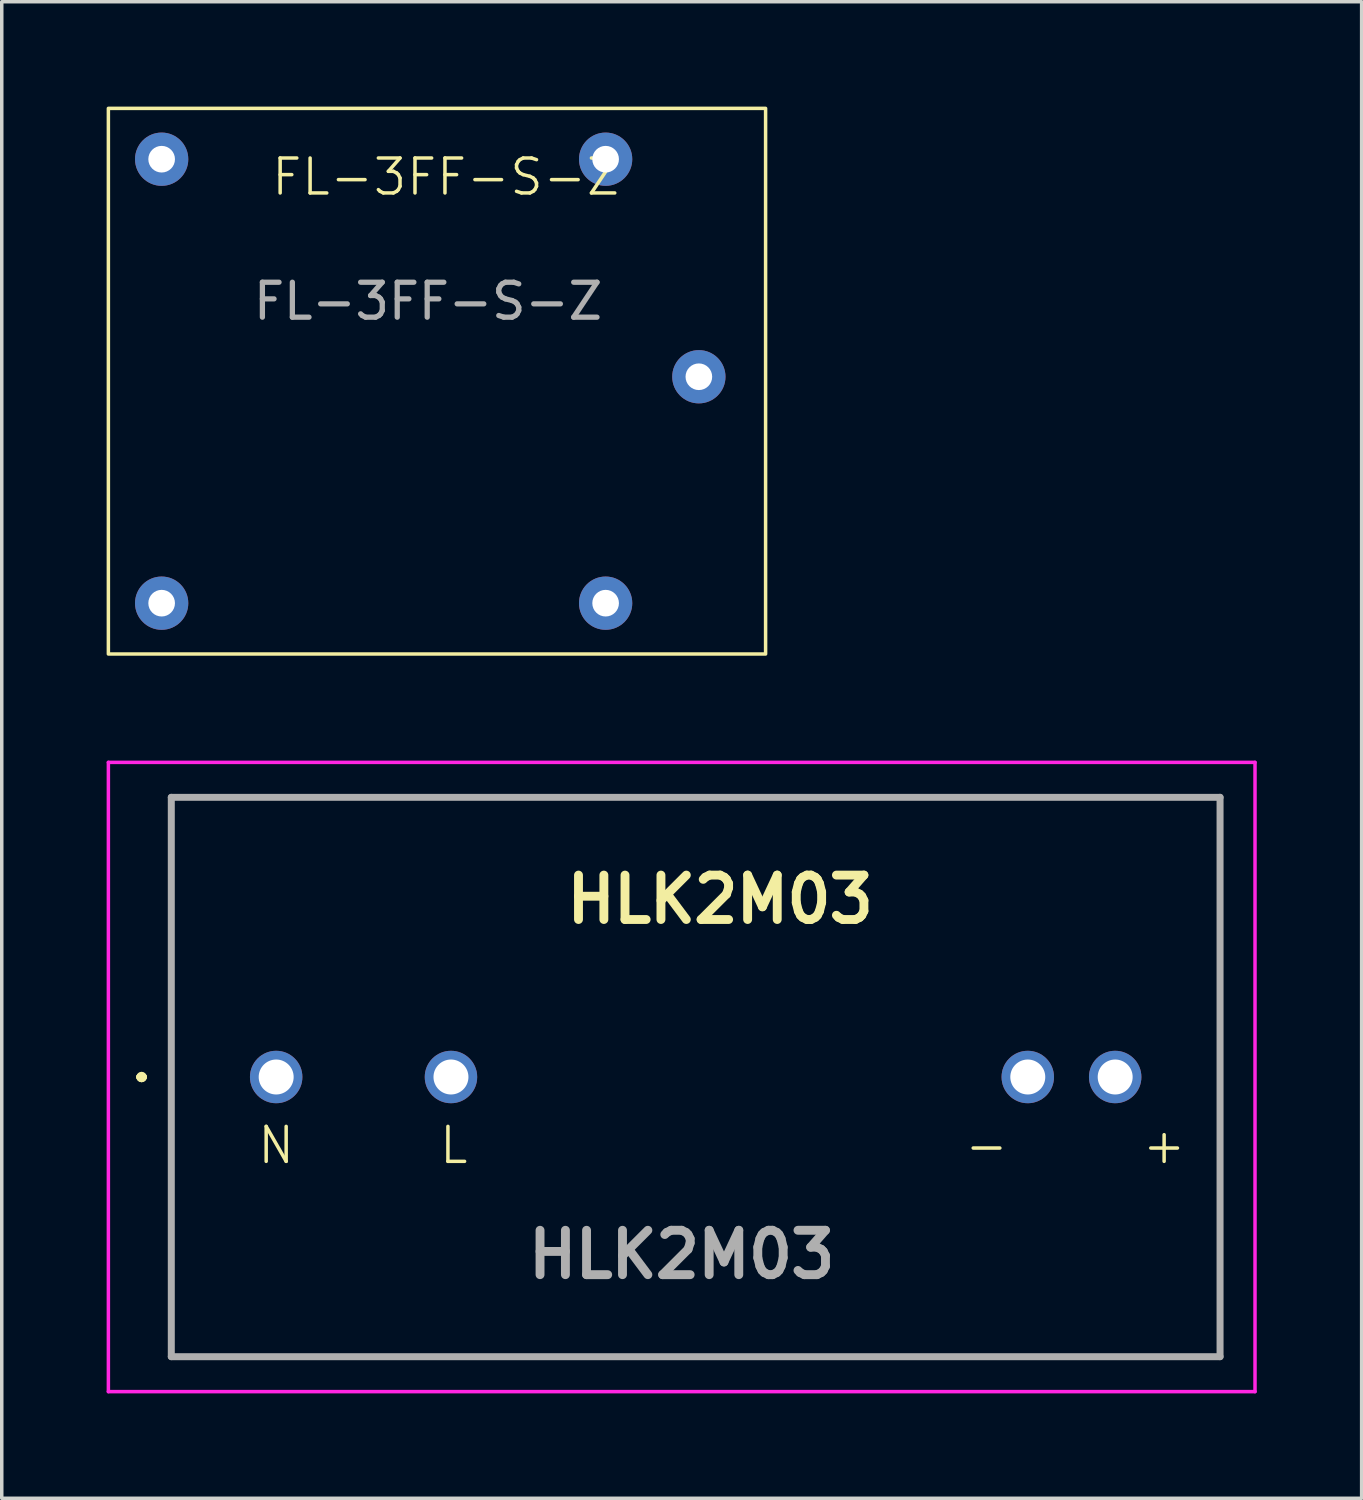
<source format=kicad_pcb>
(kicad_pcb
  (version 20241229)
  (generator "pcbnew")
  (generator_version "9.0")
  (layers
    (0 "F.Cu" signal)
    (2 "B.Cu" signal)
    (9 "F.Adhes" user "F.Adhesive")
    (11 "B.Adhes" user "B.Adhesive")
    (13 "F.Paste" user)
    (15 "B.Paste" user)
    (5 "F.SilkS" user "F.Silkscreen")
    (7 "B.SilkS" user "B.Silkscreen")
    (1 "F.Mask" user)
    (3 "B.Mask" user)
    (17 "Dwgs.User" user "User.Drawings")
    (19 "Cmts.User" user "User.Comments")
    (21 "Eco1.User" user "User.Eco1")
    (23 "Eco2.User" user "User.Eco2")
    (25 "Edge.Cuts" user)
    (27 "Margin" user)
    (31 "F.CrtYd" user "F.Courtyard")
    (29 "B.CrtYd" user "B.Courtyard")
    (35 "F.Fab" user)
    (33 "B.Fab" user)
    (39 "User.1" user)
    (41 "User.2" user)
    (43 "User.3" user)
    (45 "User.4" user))
  (footprint "HLK2M03"
    (layer "F.Cu")
    (at 4.85 27.758)
    (property "Reference" "HLK2M03" (at 12.7 -5.08 0) (layer "F.SilkS") (effects (font (size 1.27 1.27) (thickness 0.254))))
    (attr through_hole)
    (fp_line (start -3.9 0) (end -3.9 0) (stroke (width 0.2) (type solid)) (layer "F.SilkS"))
    (fp_line (start -3.9 0) (end -3.9 0) (stroke (width 0.2) (type solid)) (layer "F.SilkS"))
    (fp_line (start -3.8 0) (end -3.8 0) (stroke (width 0.2) (type solid)) (layer "F.SilkS"))
    (fp_line (start -3 -8) (end 27 -8) (stroke (width 0.1) (type solid)) (layer "F.SilkS"))
    (fp_line (start -3 8) (end -3 -8) (stroke (width 0.1) (type solid)) (layer "F.SilkS"))
    (fp_line (start 27 -8) (end 27 8) (stroke (width 0.1) (type solid)) (layer "F.SilkS"))
    (fp_line (start 27 8) (end -3 8) (stroke (width 0.1) (type solid)) (layer "F.SilkS"))
    (fp_arc (start -3.9 0) (mid -3.85 -0.05) (end -3.8 0) (stroke (width 0.2) (type solid)) (layer "F.SilkS"))
    (fp_arc (start -3.8 0) (mid -3.85 0.05) (end -3.9 0) (stroke (width 0.2) (type solid)) (layer "F.SilkS"))
    (fp_arc (start -3.8 0) (mid -3.85 0.05) (end -3.9 0) (stroke (width 0.2) (type solid)) (layer "F.SilkS"))
    (fp_line (start -4.8 -9) (end 28 -9) (stroke (width 0.1) (type solid)) (layer "F.CrtYd"))
    (fp_line (start -4.8 9) (end -4.8 -9) (stroke (width 0.1) (type solid)) (layer "F.CrtYd"))
    (fp_line (start 28 -9) (end 28 9) (stroke (width 0.1) (type solid)) (layer "F.CrtYd"))
    (fp_line (start 28 9) (end -4.8 9) (stroke (width 0.1) (type solid)) (layer "F.CrtYd"))
    (fp_line (start -3 -8) (end 27 -8) (stroke (width 0.2) (type solid)) (layer "F.Fab"))
    (fp_line (start -3 8) (end -3 -8) (stroke (width 0.2) (type solid)) (layer "F.Fab"))
    (fp_line (start 27 -8) (end 27 8) (stroke (width 0.2) (type solid)) (layer "F.Fab"))
    (fp_line (start 27 8) (end -3 8) (stroke (width 0.2) (type solid)) (layer "F.Fab"))
    (fp_text user "+" (at 25.4 2.54 0) (unlocked yes) (layer "F.SilkS") (effects (font (size 1 1) (thickness 0.1)) (justify bottom)))
    (fp_text user "L" (at 5.08 2.54 0) (unlocked yes) (layer "F.SilkS") (effects (font (size 1 1) (thickness 0.1)) (justify bottom)))
    (fp_text user "-" (at 20.32 2.54 0) (unlocked yes) (layer "F.SilkS") (effects (font (size 1 1) (thickness 0.1)) (justify bottom)))
    (fp_text user "N" (at 0 2.54 0) (unlocked yes) (layer "F.SilkS") (effects (font (size 1 1) (thickness 0.1)) (justify bottom)))
    (fp_text user "${REFERENCE}" (at 11.6 5.08 0) (layer "F.Fab") (effects (font (size 1.27 1.27) (thickness 0.254))))
    (pad "1" thru_hole circle (at 0 0) (size 1.5 1.5) (drill 1) (layers "*.Cu" "*.Mask"))
    (pad "2" thru_hole circle (at 5 0) (size 1.5 1.5) (drill 1) (layers "*.Cu" "*.Mask"))
    (pad "3" thru_hole circle (at 21.5 0) (size 1.5 1.5) (drill 1) (layers "*.Cu" "*.Mask"))
    (pad "4" thru_hole circle (at 24 0) (size 1.5 1.5) (drill 1) (layers "*.Cu" "*.Mask")))
  (footprint "FL-3FF-S-Z"
    (layer "F.Cu")
    (at 9.702 8.362)
    (property "Reference" "FL-3FF-S-Z" (at 0 -6.35 0) (unlocked yes) (layer "F.SilkS") (effects (font (size 1 1) (thickness 0.1))))
    (fp_rect (start -9.652 -8.312) (end 9.148 7.296) (stroke (width 0.1) (type default)) (fill no) (layer "F.SilkS"))
    (fp_text user "${REFERENCE}" (at -0.508 -2.794 0) (unlocked yes) (layer "F.Fab") (effects (font (size 1 1) (thickness 0.15))))
    (pad "1" thru_hole circle (at 4.572 -6.858) (size 1.524 1.524) (drill 0.762) (layers "*.Cu" "*.Mask"))
    (pad "2" thru_hole circle (at 7.239 -0.635) (size 1.524 1.524) (drill 0.762) (layers "*.Cu" "*.Mask"))
    (pad "3" thru_hole circle (at 4.572 5.842) (size 1.524 1.524) (drill 0.762) (layers "*.Cu" "*.Mask"))
    (pad "4" thru_hole circle (at -8.128 5.842) (size 1.524 1.524) (drill 0.762) (layers "*.Cu" "*.Mask"))
    (pad "5" thru_hole circle (at -8.128 -6.858) (size 1.524 1.524) (drill 0.762) (layers "*.Cu" "*.Mask")))
  (gr_rect
    (start -3 -3)
    (end 35.9 39.808)
    (stroke (width 0.1) (type default))
    (fill no)
    (layer "Edge.Cuts")))
</source>
